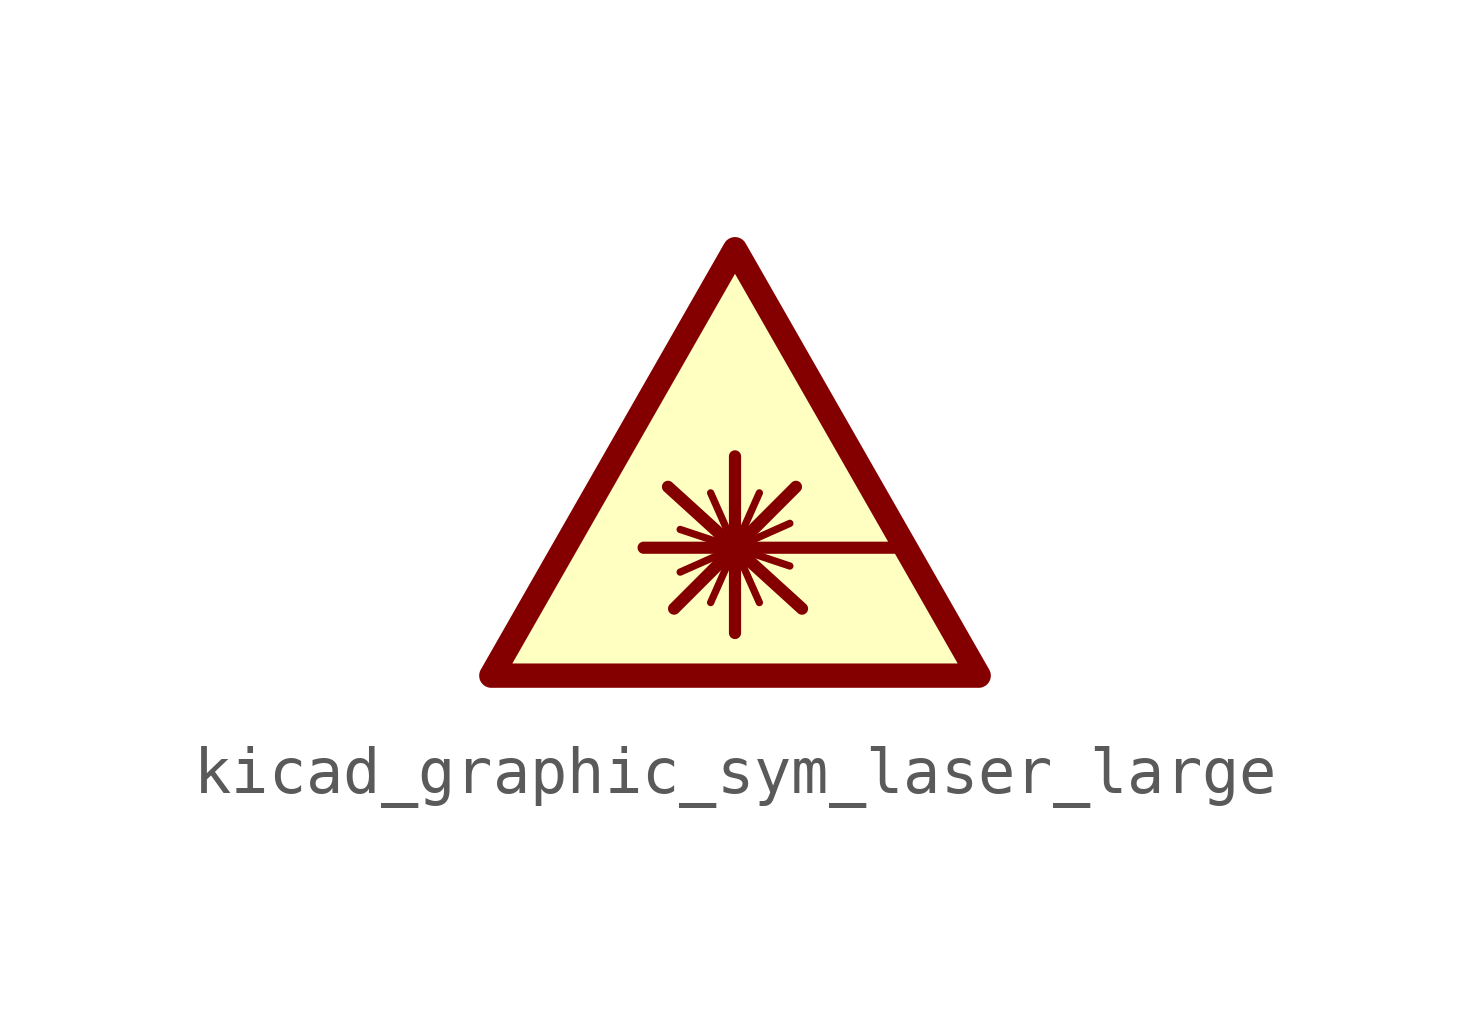
<source format=kicad_sym>
(kicad_symbol_lib
  (version 20220914)
  (generator kicad_symbol_editor)
  (symbol "kicad_graphic_sym_laser_large"
    (property "Reference" "#SYM"
      (at 0 5.08 0)
      (effects (font (size 1.27 1.27)) hide))
    (symbol "kicad_graphic_sym_laser_large_0_1"
      (polyline (pts (xy -1.905 -2.413) (xy 3.556 -2.413)) (stroke (width 0.254) (type default)) (fill (type none)))
      (polyline (pts (xy -1.27 -3.683) (xy 1.27 -1.143)) (stroke (width 0.254) (type default)) (fill (type none)))
      (polyline (pts (xy -1.143 -2.921) (xy 1.143 -1.905)) (stroke (width 0) (type default)) (fill (type none)))
      (polyline (pts (xy -1.143 -2.032) (xy 1.143 -2.794)) (stroke (width 0) (type default)) (fill (type none)))
      (polyline (pts (xy -0.508 -1.27) (xy 0.508 -3.556)) (stroke (width 0) (type default)) (fill (type none)))
      (polyline (pts (xy 0 -4.191) (xy 0 -0.508)) (stroke (width 0.254) (type default)) (fill (type none)))
      (polyline (pts (xy 0.508 -1.27) (xy -0.508 -3.556)) (stroke (width 0) (type default)) (fill (type none)))
      (polyline (pts (xy 1.397 -3.683) (xy -1.397 -1.143)) (stroke (width 0.254) (type default)) (fill (type none)))
      (polyline (pts (xy -5.08 -5.08) (xy 5.08 -5.08) (xy 0 3.81) (xy -5.08 -5.08)) (stroke (width 0.508) (type default)) (fill (type background))))))
</source>
